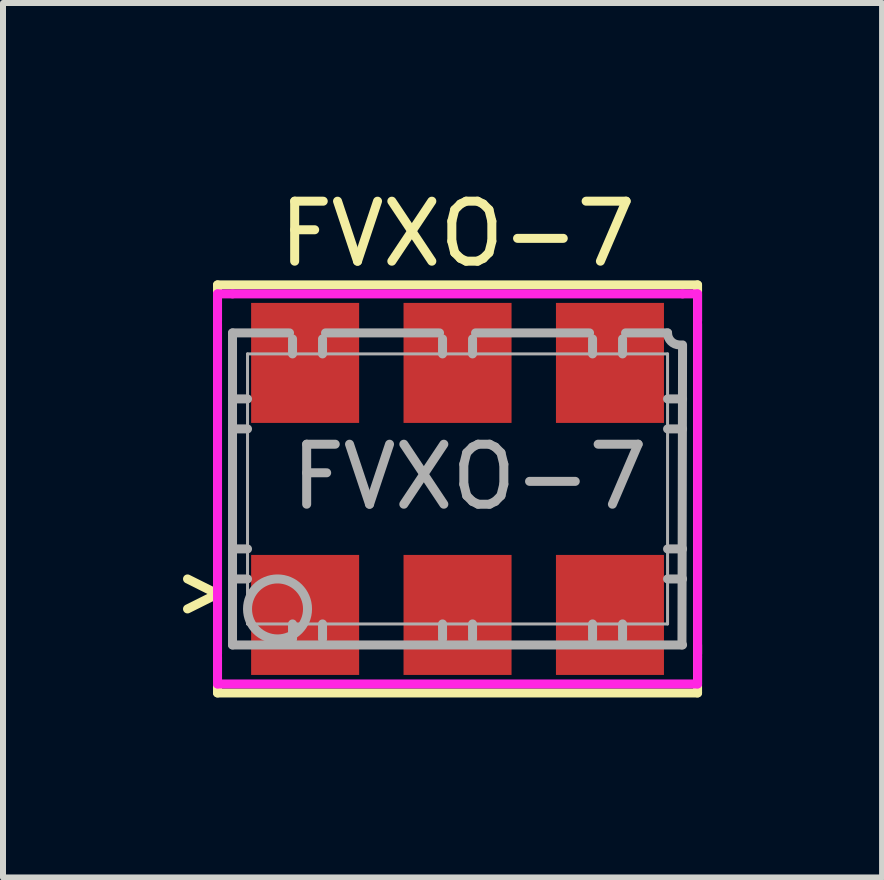
<source format=kicad_pcb>
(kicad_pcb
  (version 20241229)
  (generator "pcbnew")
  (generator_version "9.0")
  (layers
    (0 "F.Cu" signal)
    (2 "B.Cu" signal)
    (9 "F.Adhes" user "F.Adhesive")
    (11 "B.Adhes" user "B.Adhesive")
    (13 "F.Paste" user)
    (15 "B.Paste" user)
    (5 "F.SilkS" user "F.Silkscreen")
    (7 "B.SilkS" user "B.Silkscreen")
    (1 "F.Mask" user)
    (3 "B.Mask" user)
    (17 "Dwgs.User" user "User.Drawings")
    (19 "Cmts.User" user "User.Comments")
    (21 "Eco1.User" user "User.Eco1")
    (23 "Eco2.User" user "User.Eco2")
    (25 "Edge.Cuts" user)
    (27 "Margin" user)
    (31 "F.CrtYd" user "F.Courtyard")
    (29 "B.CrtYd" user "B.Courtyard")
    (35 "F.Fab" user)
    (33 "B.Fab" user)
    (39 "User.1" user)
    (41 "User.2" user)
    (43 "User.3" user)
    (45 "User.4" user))
  (footprint "FVXO-7"
    (layer "F.Cu")
    (at 4.575 5.098)
    (property "Reference" "FVXO-7" (at 0 -4.25 0) (layer "F.SilkS") (effects (font (size 1 1) (thickness 0.15))))
    (attr smd)
    (fp_line (start -4.5 1.5) (end -4 1.75) (stroke (width 0.15) (type solid)) (layer "F.SilkS"))
    (fp_line (start -4 -3.4) (end 4 -3.4) (stroke (width 0.15) (type solid)) (layer "F.SilkS"))
    (fp_line (start -4 -2.8) (end -4 -3.4) (stroke (width 0.15) (type solid)) (layer "F.SilkS"))
    (fp_line (start -4 -2.75) (end -4 2.75) (stroke (width 0.15) (type solid)) (layer "F.SilkS"))
    (fp_line (start -4 1.75) (end -4.5 2) (stroke (width 0.15) (type solid)) (layer "F.SilkS"))
    (fp_line (start -4 2.8) (end -4 3.2) (stroke (width 0.15) (type solid)) (layer "F.SilkS"))
    (fp_line (start -4 3.2) (end -4 3.4) (stroke (width 0.15) (type solid)) (layer "F.SilkS"))
    (fp_line (start -4 3.4) (end 4 3.4) (stroke (width 0.15) (type solid)) (layer "F.SilkS"))
    (fp_line (start 4 -3.4) (end 4 -2.8) (stroke (width 0.15) (type solid)) (layer "F.SilkS"))
    (fp_line (start 4 -2.75) (end 4 2.75) (stroke (width 0.15) (type solid)) (layer "F.SilkS"))
    (fp_line (start 4 2.8) (end 4 2.6) (stroke (width 0.15) (type solid)) (layer "F.SilkS"))
    (fp_line (start 4 3.4) (end 4 2.8) (stroke (width 0.15) (type solid)) (layer "F.SilkS"))
    (fp_line (start -4 -3.25) (end -4 3.25) (stroke (width 0.15) (type solid)) (layer "F.CrtYd"))
    (fp_line (start -4 3.25) (end 4 3.25) (stroke (width 0.15) (type solid)) (layer "F.CrtYd"))
    (fp_line (start -3.75 -3.25) (end -4 -3.25) (stroke (width 0.15) (type solid)) (layer "F.CrtYd"))
    (fp_line (start 3.75 -3.25) (end -3.75 -3.25) (stroke (width 0.15) (type solid)) (layer "F.CrtYd"))
    (fp_line (start 4 -3.25) (end 3.75 -3.25) (stroke (width 0.15) (type solid)) (layer "F.CrtYd"))
    (fp_line (start 4 3.25) (end 4 -3.25) (stroke (width 0.15) (type solid)) (layer "F.CrtYd"))
    (fp_line (start -3.75 -2.6) (end -2.8 -2.6) (stroke (width 0.15) (type solid)) (layer "F.Fab"))
    (fp_line (start -3.75 -1.5) (end -3.5 -1.5) (stroke (width 0.15) (type solid)) (layer "F.Fab"))
    (fp_line (start -3.75 -1) (end -3.5 -1) (stroke (width 0.15) (type solid)) (layer "F.Fab"))
    (fp_line (start -3.75 1) (end -3.5 1) (stroke (width 0.15) (type solid)) (layer "F.Fab"))
    (fp_line (start -3.75 1.5) (end -3.5 1.5) (stroke (width 0.15) (type solid)) (layer "F.Fab"))
    (fp_line (start -3.75 2.6) (end -3.75 -2.6) (stroke (width 0.15) (type solid)) (layer "F.Fab"))
    (fp_line (start -3.5 -2.25) (end -3.5 2.25) (stroke (width 0.05) (type solid)) (layer "F.Fab"))
    (fp_line (start -2.75 -2.5) (end -2.75 -2.25) (stroke (width 0.15) (type solid)) (layer "F.Fab"))
    (fp_line (start -2.75 2.25) (end -2.75 2.5) (stroke (width 0.15) (type solid)) (layer "F.Fab"))
    (fp_line (start -2.25 -2.5) (end -2.25 -2.25) (stroke (width 0.15) (type solid)) (layer "F.Fab"))
    (fp_line (start -2.25 2.25) (end -2.25 2.5) (stroke (width 0.15) (type solid)) (layer "F.Fab"))
    (fp_line (start -2.2 -2.6) (end -0.3 -2.6) (stroke (width 0.15) (type solid)) (layer "F.Fab"))
    (fp_line (start -0.25 -2.5) (end -0.25 -2.25) (stroke (width 0.15) (type solid)) (layer "F.Fab"))
    (fp_line (start -0.25 2.25) (end -0.25 2.5) (stroke (width 0.15) (type solid)) (layer "F.Fab"))
    (fp_line (start 0.25 -2.5) (end 0.25 -2.25) (stroke (width 0.15) (type solid)) (layer "F.Fab"))
    (fp_line (start 0.25 2.25) (end 0.25 2.5) (stroke (width 0.15) (type solid)) (layer "F.Fab"))
    (fp_line (start 0.3 -2.6) (end 2.2 -2.6) (stroke (width 0.15) (type solid)) (layer "F.Fab"))
    (fp_line (start 2.25 -2.5) (end 2.25 -2.25) (stroke (width 0.15) (type solid)) (layer "F.Fab"))
    (fp_line (start 2.25 2.25) (end 2.25 2.5) (stroke (width 0.15) (type solid)) (layer "F.Fab"))
    (fp_line (start 2.75 -2.5) (end 2.75 -2.25) (stroke (width 0.15) (type solid)) (layer "F.Fab"))
    (fp_line (start 2.75 2.25) (end 2.75 2.5) (stroke (width 0.15) (type solid)) (layer "F.Fab"))
    (fp_line (start 2.8 -2.6) (end 3.5 -2.6) (stroke (width 0.15) (type solid)) (layer "F.Fab"))
    (fp_line (start 3.5 -2.25) (end -3.5 -2.25) (stroke (width 0.05) (type solid)) (layer "F.Fab"))
    (fp_line (start 3.5 2.25) (end -3.5 2.25) (stroke (width 0.05) (type solid)) (layer "F.Fab"))
    (fp_line (start 3.5 2.25) (end 3.5 -2.25) (stroke (width 0.05) (type solid)) (layer "F.Fab"))
    (fp_line (start 3.75 -2.4) (end 3.74 2.6) (stroke (width 0.15) (type solid)) (layer "F.Fab"))
    (fp_line (start 3.75 -1.5) (end 3.5 -1.5) (stroke (width 0.15) (type solid)) (layer "F.Fab"))
    (fp_line (start 3.75 -1) (end 3.5 -1) (stroke (width 0.15) (type solid)) (layer "F.Fab"))
    (fp_line (start 3.75 1) (end 3.5 1) (stroke (width 0.15) (type solid)) (layer "F.Fab"))
    (fp_line (start 3.75 1.5) (end 3.5 1.5) (stroke (width 0.15) (type solid)) (layer "F.Fab"))
    (fp_line (start 3.75 2.6) (end -3.75 2.6) (stroke (width 0.15) (type solid)) (layer "F.Fab"))
    (fp_arc (start 3.7 -2.4) (mid 3.558579 -2.458579) (end 3.5 -2.6) (stroke (width 0.15) (type solid)) (layer "F.Fab"))
    (fp_circle (center -3 2) (end -3 2.5) (stroke (width 0.15) (type solid)) (fill no) (layer "F.Fab"))
    (fp_text user "${REFERENCE}" (at 0.2 -0.2 0) (layer "F.Fab") (effects (font (size 1 1) (thickness 0.15))))
    (pad "1" smd rect (at -2.54 2.1) (size 1.8 2) (layers "F.Cu" "F.Mask" "F.Paste"))
    (pad "2" smd rect (at 0 2.1) (size 1.8 2) (layers "F.Cu" "F.Mask" "F.Paste"))
    (pad "3" smd rect (at 2.54 2.1) (size 1.8 2) (layers "F.Cu" "F.Mask" "F.Paste"))
    (pad "4" smd rect (at 2.54 -2.1) (size 1.8 2) (layers "F.Cu" "F.Mask" "F.Paste"))
    (pad "5" smd rect (at 0 -2.1) (size 1.8 2) (layers "F.Cu" "F.Mask" "F.Paste"))
    (pad "6" smd rect (at -2.54 -2.1) (size 1.8 2) (layers "F.Cu" "F.Mask" "F.Paste")))
  (gr_rect
    (start -3 -3)
    (end 11.65 11.573)
    (stroke (width 0.1) (type default))
    (fill no)
    (layer "Edge.Cuts")))
</source>
